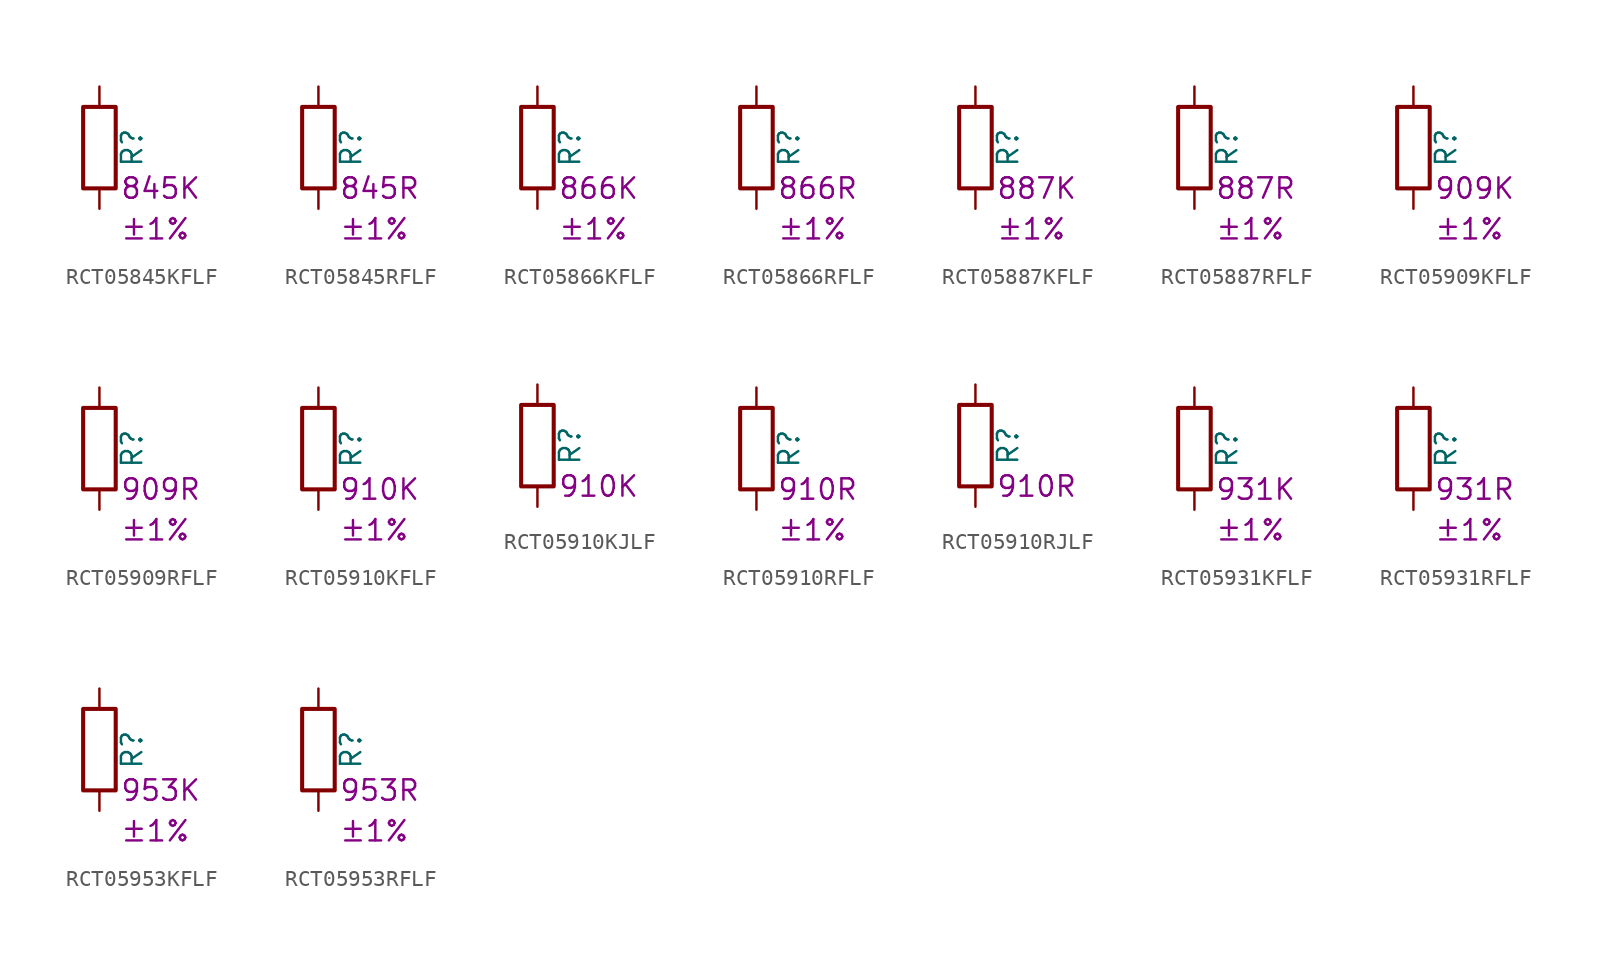
<source format=kicad_sym>
(kicad_symbol_lib
  (version 20220914)
  (generator kicad_symbol_editor)
  (symbol "RCT05845KFLF"
    (pin_numbers hide)
    (pin_names
      (offset 0))
    (property "Reference" "R"
      (at 2.032 0 90)
      (effects (font (size 1.27 1.27))))
    (property "Resistance" "845K"
      (at 1.27 -2.54 0)
      (effects (font (size 1.27 1.27)) (justify left)))
    (property "Tolerance" "±1%"
      (at 1.27 -5.08 0)
      (effects (font (size 1.27 1.27)) (justify left)))
    (symbol "RCT05845KFLF_0_1"
      (rectangle (start -1.016 -2.54) (end 1.016 2.54) (stroke (width 0.254) (type default)) (fill (type none))))
    (symbol "RCT05845KFLF_1_1"
      (pin passive line (at 0 3.81 270) (length 1.27) (name "~" (effects (font (size 1.27 1.27)))) (number "1" (effects (font (size 1.27 1.27)))))
      (pin passive line (at 0 -3.81 90) (length 1.27) (name "~" (effects (font (size 1.27 1.27)))) (number "2" (effects (font (size 1.27 1.27)))))))
  (symbol "RCT05845RFLF"
    (pin_numbers hide)
    (pin_names
      (offset 0))
    (property "Reference" "R"
      (at 2.032 0 90)
      (effects (font (size 1.27 1.27))))
    (property "Resistance" "845R"
      (at 1.27 -2.54 0)
      (effects (font (size 1.27 1.27)) (justify left)))
    (property "Tolerance" "±1%"
      (at 1.27 -5.08 0)
      (effects (font (size 1.27 1.27)) (justify left)))
    (symbol "RCT05845RFLF_0_1"
      (rectangle (start -1.016 -2.54) (end 1.016 2.54) (stroke (width 0.254) (type default)) (fill (type none))))
    (symbol "RCT05845RFLF_1_1"
      (pin passive line (at 0 3.81 270) (length 1.27) (name "~" (effects (font (size 1.27 1.27)))) (number "1" (effects (font (size 1.27 1.27)))))
      (pin passive line (at 0 -3.81 90) (length 1.27) (name "~" (effects (font (size 1.27 1.27)))) (number "2" (effects (font (size 1.27 1.27)))))))
  (symbol "RCT05866KFLF"
    (pin_numbers hide)
    (pin_names
      (offset 0))
    (property "Reference" "R"
      (at 2.032 0 90)
      (effects (font (size 1.27 1.27))))
    (property "Resistance" "866K"
      (at 1.27 -2.54 0)
      (effects (font (size 1.27 1.27)) (justify left)))
    (property "Tolerance" "±1%"
      (at 1.27 -5.08 0)
      (effects (font (size 1.27 1.27)) (justify left)))
    (symbol "RCT05866KFLF_0_1"
      (rectangle (start -1.016 -2.54) (end 1.016 2.54) (stroke (width 0.254) (type default)) (fill (type none))))
    (symbol "RCT05866KFLF_1_1"
      (pin passive line (at 0 3.81 270) (length 1.27) (name "~" (effects (font (size 1.27 1.27)))) (number "1" (effects (font (size 1.27 1.27)))))
      (pin passive line (at 0 -3.81 90) (length 1.27) (name "~" (effects (font (size 1.27 1.27)))) (number "2" (effects (font (size 1.27 1.27)))))))
  (symbol "RCT05866RFLF"
    (pin_numbers hide)
    (pin_names
      (offset 0))
    (property "Reference" "R"
      (at 2.032 0 90)
      (effects (font (size 1.27 1.27))))
    (property "Resistance" "866R"
      (at 1.27 -2.54 0)
      (effects (font (size 1.27 1.27)) (justify left)))
    (property "Tolerance" "±1%"
      (at 1.27 -5.08 0)
      (effects (font (size 1.27 1.27)) (justify left)))
    (symbol "RCT05866RFLF_0_1"
      (rectangle (start -1.016 -2.54) (end 1.016 2.54) (stroke (width 0.254) (type default)) (fill (type none))))
    (symbol "RCT05866RFLF_1_1"
      (pin passive line (at 0 3.81 270) (length 1.27) (name "~" (effects (font (size 1.27 1.27)))) (number "1" (effects (font (size 1.27 1.27)))))
      (pin passive line (at 0 -3.81 90) (length 1.27) (name "~" (effects (font (size 1.27 1.27)))) (number "2" (effects (font (size 1.27 1.27)))))))
  (symbol "RCT05887KFLF"
    (pin_numbers hide)
    (pin_names
      (offset 0))
    (property "Reference" "R"
      (at 2.032 0 90)
      (effects (font (size 1.27 1.27))))
    (property "Resistance" "887K"
      (at 1.27 -2.54 0)
      (effects (font (size 1.27 1.27)) (justify left)))
    (property "Tolerance" "±1%"
      (at 1.27 -5.08 0)
      (effects (font (size 1.27 1.27)) (justify left)))
    (symbol "RCT05887KFLF_0_1"
      (rectangle (start -1.016 -2.54) (end 1.016 2.54) (stroke (width 0.254) (type default)) (fill (type none))))
    (symbol "RCT05887KFLF_1_1"
      (pin passive line (at 0 3.81 270) (length 1.27) (name "~" (effects (font (size 1.27 1.27)))) (number "1" (effects (font (size 1.27 1.27)))))
      (pin passive line (at 0 -3.81 90) (length 1.27) (name "~" (effects (font (size 1.27 1.27)))) (number "2" (effects (font (size 1.27 1.27)))))))
  (symbol "RCT05887RFLF"
    (pin_numbers hide)
    (pin_names
      (offset 0))
    (property "Reference" "R"
      (at 2.032 0 90)
      (effects (font (size 1.27 1.27))))
    (property "Resistance" "887R"
      (at 1.27 -2.54 0)
      (effects (font (size 1.27 1.27)) (justify left)))
    (property "Tolerance" "±1%"
      (at 1.27 -5.08 0)
      (effects (font (size 1.27 1.27)) (justify left)))
    (symbol "RCT05887RFLF_0_1"
      (rectangle (start -1.016 -2.54) (end 1.016 2.54) (stroke (width 0.254) (type default)) (fill (type none))))
    (symbol "RCT05887RFLF_1_1"
      (pin passive line (at 0 3.81 270) (length 1.27) (name "~" (effects (font (size 1.27 1.27)))) (number "1" (effects (font (size 1.27 1.27)))))
      (pin passive line (at 0 -3.81 90) (length 1.27) (name "~" (effects (font (size 1.27 1.27)))) (number "2" (effects (font (size 1.27 1.27)))))))
  (symbol "RCT05909KFLF"
    (pin_numbers hide)
    (pin_names
      (offset 0))
    (property "Reference" "R"
      (at 2.032 0 90)
      (effects (font (size 1.27 1.27))))
    (property "Resistance" "909K"
      (at 1.27 -2.54 0)
      (effects (font (size 1.27 1.27)) (justify left)))
    (property "Tolerance" "±1%"
      (at 1.27 -5.08 0)
      (effects (font (size 1.27 1.27)) (justify left)))
    (symbol "RCT05909KFLF_0_1"
      (rectangle (start -1.016 -2.54) (end 1.016 2.54) (stroke (width 0.254) (type default)) (fill (type none))))
    (symbol "RCT05909KFLF_1_1"
      (pin passive line (at 0 3.81 270) (length 1.27) (name "~" (effects (font (size 1.27 1.27)))) (number "1" (effects (font (size 1.27 1.27)))))
      (pin passive line (at 0 -3.81 90) (length 1.27) (name "~" (effects (font (size 1.27 1.27)))) (number "2" (effects (font (size 1.27 1.27)))))))
  (symbol "RCT05909RFLF"
    (pin_numbers hide)
    (pin_names
      (offset 0))
    (property "Reference" "R"
      (at 2.032 0 90)
      (effects (font (size 1.27 1.27))))
    (property "Resistance" "909R"
      (at 1.27 -2.54 0)
      (effects (font (size 1.27 1.27)) (justify left)))
    (property "Tolerance" "±1%"
      (at 1.27 -5.08 0)
      (effects (font (size 1.27 1.27)) (justify left)))
    (symbol "RCT05909RFLF_0_1"
      (rectangle (start -1.016 -2.54) (end 1.016 2.54) (stroke (width 0.254) (type default)) (fill (type none))))
    (symbol "RCT05909RFLF_1_1"
      (pin passive line (at 0 3.81 270) (length 1.27) (name "~" (effects (font (size 1.27 1.27)))) (number "1" (effects (font (size 1.27 1.27)))))
      (pin passive line (at 0 -3.81 90) (length 1.27) (name "~" (effects (font (size 1.27 1.27)))) (number "2" (effects (font (size 1.27 1.27)))))))
  (symbol "RCT05910KFLF"
    (pin_numbers hide)
    (pin_names
      (offset 0))
    (property "Reference" "R"
      (at 2.032 0 90)
      (effects (font (size 1.27 1.27))))
    (property "Resistance" "910K"
      (at 1.27 -2.54 0)
      (effects (font (size 1.27 1.27)) (justify left)))
    (property "Tolerance" "±1%"
      (at 1.27 -5.08 0)
      (effects (font (size 1.27 1.27)) (justify left)))
    (symbol "RCT05910KFLF_0_1"
      (rectangle (start -1.016 -2.54) (end 1.016 2.54) (stroke (width 0.254) (type default)) (fill (type none))))
    (symbol "RCT05910KFLF_1_1"
      (pin passive line (at 0 3.81 270) (length 1.27) (name "~" (effects (font (size 1.27 1.27)))) (number "1" (effects (font (size 1.27 1.27)))))
      (pin passive line (at 0 -3.81 90) (length 1.27) (name "~" (effects (font (size 1.27 1.27)))) (number "2" (effects (font (size 1.27 1.27)))))))
  (symbol "RCT05910KJLF"
    (pin_numbers hide)
    (pin_names
      (offset 0))
    (property "Reference" "R"
      (at 2.032 0 90)
      (effects (font (size 1.27 1.27))))
    (property "Resistance" "910K"
      (at 1.27 -2.54 0)
      (effects (font (size 1.27 1.27)) (justify left)))
    (symbol "RCT05910KJLF_0_1"
      (rectangle (start -1.016 -2.54) (end 1.016 2.54) (stroke (width 0.254) (type default)) (fill (type none))))
    (symbol "RCT05910KJLF_1_1"
      (pin passive line (at 0 3.81 270) (length 1.27) (name "~" (effects (font (size 1.27 1.27)))) (number "1" (effects (font (size 1.27 1.27)))))
      (pin passive line (at 0 -3.81 90) (length 1.27) (name "~" (effects (font (size 1.27 1.27)))) (number "2" (effects (font (size 1.27 1.27)))))))
  (symbol "RCT05910RFLF"
    (pin_numbers hide)
    (pin_names
      (offset 0))
    (property "Reference" "R"
      (at 2.032 0 90)
      (effects (font (size 1.27 1.27))))
    (property "Resistance" "910R"
      (at 1.27 -2.54 0)
      (effects (font (size 1.27 1.27)) (justify left)))
    (property "Tolerance" "±1%"
      (at 1.27 -5.08 0)
      (effects (font (size 1.27 1.27)) (justify left)))
    (symbol "RCT05910RFLF_0_1"
      (rectangle (start -1.016 -2.54) (end 1.016 2.54) (stroke (width 0.254) (type default)) (fill (type none))))
    (symbol "RCT05910RFLF_1_1"
      (pin passive line (at 0 3.81 270) (length 1.27) (name "~" (effects (font (size 1.27 1.27)))) (number "1" (effects (font (size 1.27 1.27)))))
      (pin passive line (at 0 -3.81 90) (length 1.27) (name "~" (effects (font (size 1.27 1.27)))) (number "2" (effects (font (size 1.27 1.27)))))))
  (symbol "RCT05910RJLF"
    (pin_numbers hide)
    (pin_names
      (offset 0))
    (property "Reference" "R"
      (at 2.032 0 90)
      (effects (font (size 1.27 1.27))))
    (property "Resistance" "910R"
      (at 1.27 -2.54 0)
      (effects (font (size 1.27 1.27)) (justify left)))
    (symbol "RCT05910RJLF_0_1"
      (rectangle (start -1.016 -2.54) (end 1.016 2.54) (stroke (width 0.254) (type default)) (fill (type none))))
    (symbol "RCT05910RJLF_1_1"
      (pin passive line (at 0 3.81 270) (length 1.27) (name "~" (effects (font (size 1.27 1.27)))) (number "1" (effects (font (size 1.27 1.27)))))
      (pin passive line (at 0 -3.81 90) (length 1.27) (name "~" (effects (font (size 1.27 1.27)))) (number "2" (effects (font (size 1.27 1.27)))))))
  (symbol "RCT05931KFLF"
    (pin_numbers hide)
    (pin_names
      (offset 0))
    (property "Reference" "R"
      (at 2.032 0 90)
      (effects (font (size 1.27 1.27))))
    (property "Resistance" "931K"
      (at 1.27 -2.54 0)
      (effects (font (size 1.27 1.27)) (justify left)))
    (property "Tolerance" "±1%"
      (at 1.27 -5.08 0)
      (effects (font (size 1.27 1.27)) (justify left)))
    (symbol "RCT05931KFLF_0_1"
      (rectangle (start -1.016 -2.54) (end 1.016 2.54) (stroke (width 0.254) (type default)) (fill (type none))))
    (symbol "RCT05931KFLF_1_1"
      (pin passive line (at 0 3.81 270) (length 1.27) (name "~" (effects (font (size 1.27 1.27)))) (number "1" (effects (font (size 1.27 1.27)))))
      (pin passive line (at 0 -3.81 90) (length 1.27) (name "~" (effects (font (size 1.27 1.27)))) (number "2" (effects (font (size 1.27 1.27)))))))
  (symbol "RCT05931RFLF"
    (pin_numbers hide)
    (pin_names
      (offset 0))
    (property "Reference" "R"
      (at 2.032 0 90)
      (effects (font (size 1.27 1.27))))
    (property "Resistance" "931R"
      (at 1.27 -2.54 0)
      (effects (font (size 1.27 1.27)) (justify left)))
    (property "Tolerance" "±1%"
      (at 1.27 -5.08 0)
      (effects (font (size 1.27 1.27)) (justify left)))
    (symbol "RCT05931RFLF_0_1"
      (rectangle (start -1.016 -2.54) (end 1.016 2.54) (stroke (width 0.254) (type default)) (fill (type none))))
    (symbol "RCT05931RFLF_1_1"
      (pin passive line (at 0 3.81 270) (length 1.27) (name "~" (effects (font (size 1.27 1.27)))) (number "1" (effects (font (size 1.27 1.27)))))
      (pin passive line (at 0 -3.81 90) (length 1.27) (name "~" (effects (font (size 1.27 1.27)))) (number "2" (effects (font (size 1.27 1.27)))))))
  (symbol "RCT05953KFLF"
    (pin_numbers hide)
    (pin_names
      (offset 0))
    (property "Reference" "R"
      (at 2.032 0 90)
      (effects (font (size 1.27 1.27))))
    (property "Resistance" "953K"
      (at 1.27 -2.54 0)
      (effects (font (size 1.27 1.27)) (justify left)))
    (property "Tolerance" "±1%"
      (at 1.27 -5.08 0)
      (effects (font (size 1.27 1.27)) (justify left)))
    (symbol "RCT05953KFLF_0_1"
      (rectangle (start -1.016 -2.54) (end 1.016 2.54) (stroke (width 0.254) (type default)) (fill (type none))))
    (symbol "RCT05953KFLF_1_1"
      (pin passive line (at 0 3.81 270) (length 1.27) (name "~" (effects (font (size 1.27 1.27)))) (number "1" (effects (font (size 1.27 1.27)))))
      (pin passive line (at 0 -3.81 90) (length 1.27) (name "~" (effects (font (size 1.27 1.27)))) (number "2" (effects (font (size 1.27 1.27)))))))
  (symbol "RCT05953RFLF"
    (pin_numbers hide)
    (pin_names
      (offset 0))
    (property "Reference" "R"
      (at 2.032 0 90)
      (effects (font (size 1.27 1.27))))
    (property "Resistance" "953R"
      (at 1.27 -2.54 0)
      (effects (font (size 1.27 1.27)) (justify left)))
    (property "Tolerance" "±1%"
      (at 1.27 -5.08 0)
      (effects (font (size 1.27 1.27)) (justify left)))
    (symbol "RCT05953RFLF_0_1"
      (rectangle (start -1.016 -2.54) (end 1.016 2.54) (stroke (width 0.254) (type default)) (fill (type none))))
    (symbol "RCT05953RFLF_1_1"
      (pin passive line (at 0 3.81 270) (length 1.27) (name "~" (effects (font (size 1.27 1.27)))) (number "1" (effects (font (size 1.27 1.27)))))
      (pin passive line (at 0 -3.81 90) (length 1.27) (name "~" (effects (font (size 1.27 1.27)))) (number "2" (effects (font (size 1.27 1.27))))))))
</source>
